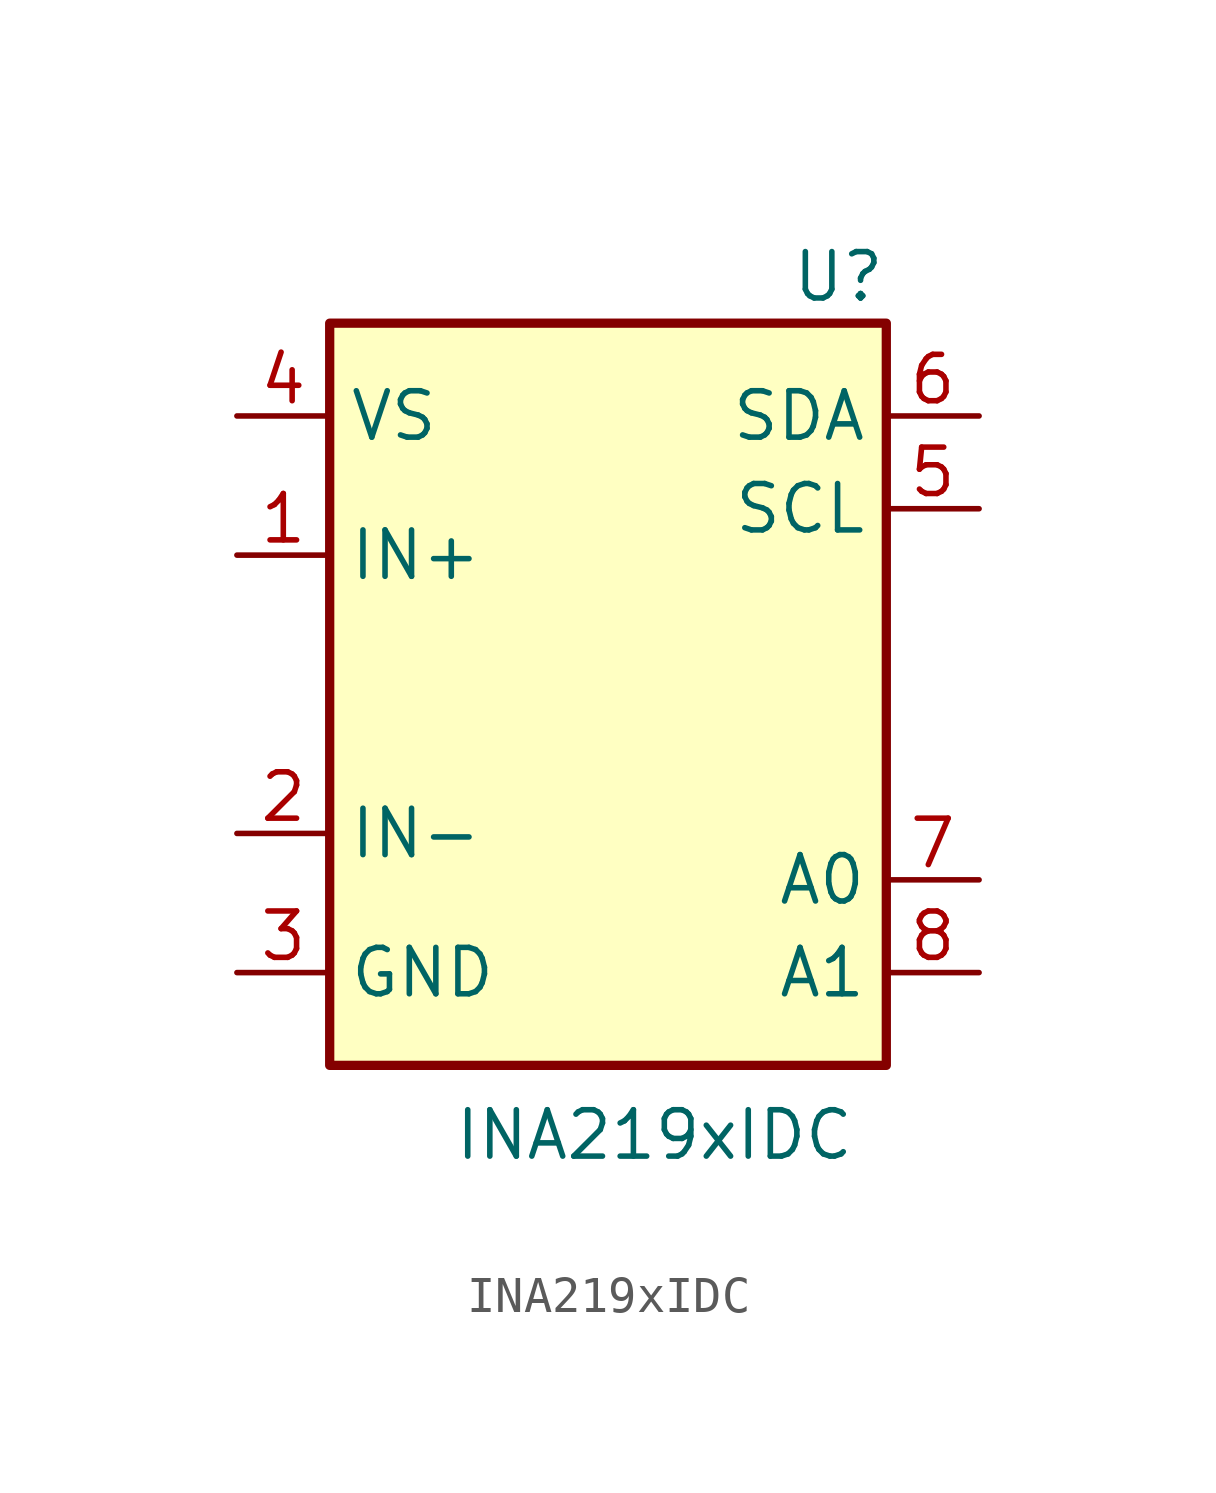
<source format=kicad_sym>
(kicad_symbol_lib
  (version 20200126)
  (host kicad_symbol_editor "(5.99.0-2012-g40e0a4295)")
  (symbol "Analog_ADC_Extra:INA219xIDC"
    (pin_names
      (offset 0.508))
    (property "Reference" "U"
      (at 7.62 11.43 0)
      (effects (font (size 1.27 1.27)) (justify right)))
    (property "Value" "INA219xIDC"
      (at 1.27 -12.065 0)
      (effects (font (size 1.27 1.27))))
    (symbol "INA219xIDC_0_1"
      (rectangle (start -7.62 10.16) (end 7.62 -10.16) (stroke (width 0.254)) (fill (type background))))
    (symbol "INA219xIDC_1_1"
      (pin input line (at -10.16 3.81 0) (length 2.54) (name "IN+" (effects (font (size 1.27 1.27)))) (number "1" (effects (font (size 1.27 1.27)))))
      (pin input line (at -10.16 -3.81 0) (length 2.54) (name "IN-" (effects (font (size 1.27 1.27)))) (number "2" (effects (font (size 1.27 1.27)))))
      (pin power_in line (at -10.16 -7.62 0) (length 2.54) (name "GND" (effects (font (size 1.27 1.27)))) (number "3" (effects (font (size 1.27 1.27)))))
      (pin power_in line (at -10.16 7.62 0) (length 2.54) (name "VS" (effects (font (size 1.27 1.27)))) (number "4" (effects (font (size 1.27 1.27)))))
      (pin input line (at 10.16 5.08 180) (length 2.54) (name "SCL" (effects (font (size 1.27 1.27)))) (number "5" (effects (font (size 1.27 1.27)))))
      (pin bidirectional line (at 10.16 7.62 180) (length 2.54) (name "SDA" (effects (font (size 1.27 1.27)))) (number "6" (effects (font (size 1.27 1.27)))))
      (pin input line (at 10.16 -5.08 180) (length 2.54) (name "A0" (effects (font (size 1.27 1.27)))) (number "7" (effects (font (size 1.27 1.27)))))
      (pin input line (at 10.16 -7.62 180) (length 2.54) (name "A1" (effects (font (size 1.27 1.27)))) (number "8" (effects (font (size 1.27 1.27))))))))
</source>
